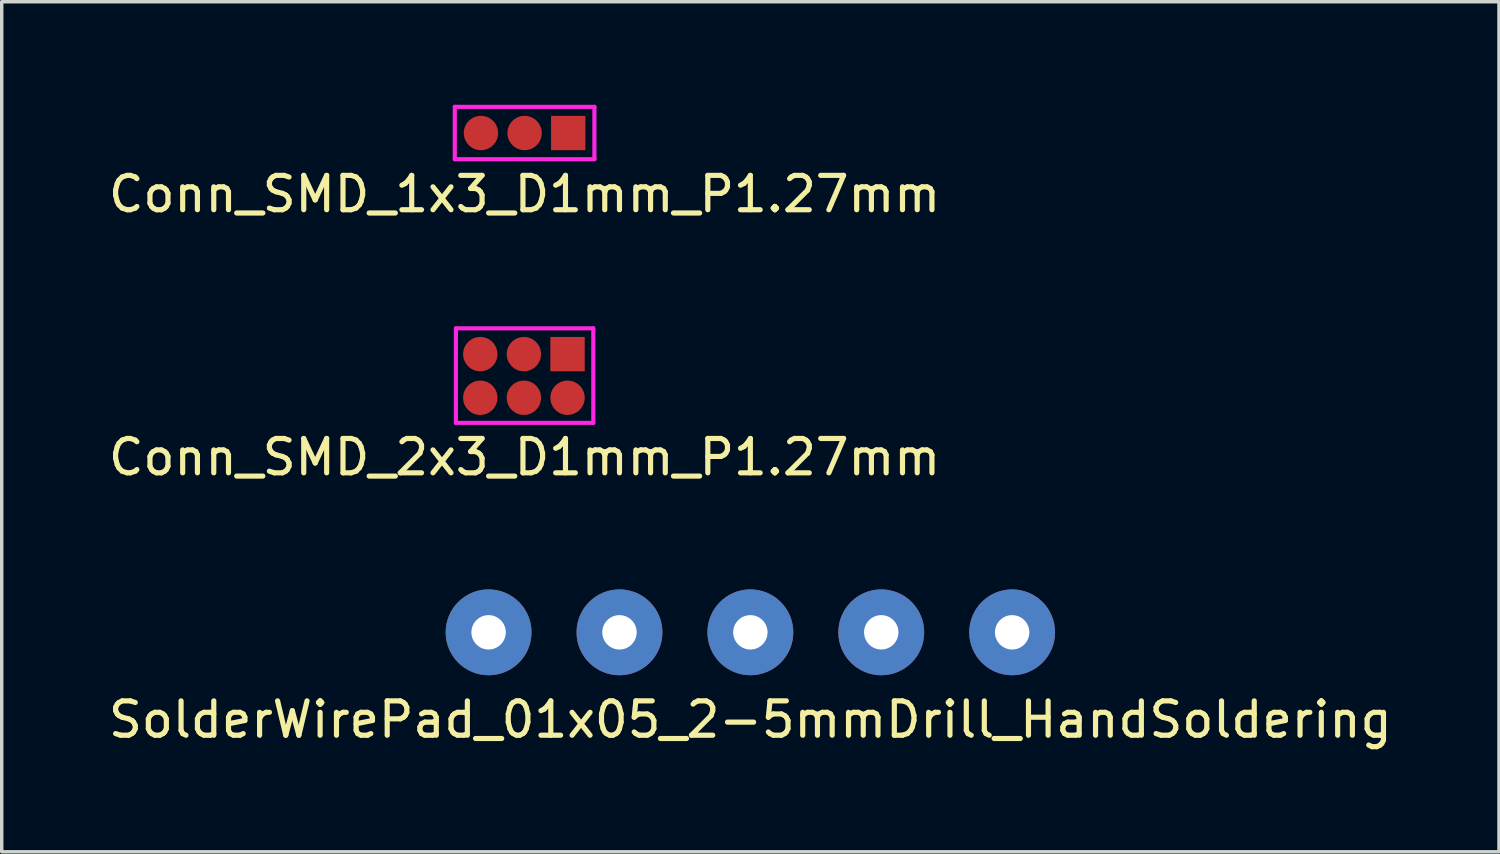
<source format=kicad_pcb>
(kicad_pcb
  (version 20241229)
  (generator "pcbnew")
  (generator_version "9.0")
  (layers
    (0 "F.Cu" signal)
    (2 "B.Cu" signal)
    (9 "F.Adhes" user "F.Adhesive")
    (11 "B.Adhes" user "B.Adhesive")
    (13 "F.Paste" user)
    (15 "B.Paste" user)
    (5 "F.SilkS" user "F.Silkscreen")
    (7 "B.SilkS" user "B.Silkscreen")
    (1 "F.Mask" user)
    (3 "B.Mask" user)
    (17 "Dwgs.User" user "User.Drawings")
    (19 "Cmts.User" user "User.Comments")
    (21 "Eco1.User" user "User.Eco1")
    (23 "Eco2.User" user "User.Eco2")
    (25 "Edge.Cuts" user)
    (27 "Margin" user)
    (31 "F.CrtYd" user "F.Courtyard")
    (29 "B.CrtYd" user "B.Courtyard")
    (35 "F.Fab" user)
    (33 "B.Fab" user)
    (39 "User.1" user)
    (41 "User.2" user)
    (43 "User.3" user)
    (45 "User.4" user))
  (footprint "SolderWirePad_01x05_2-5mmDrill_HandSoldering"
    (layer "F.Cu")
    (at 18.792 15.356)
    (property "Reference" "SolderWirePad_01x05_2-5mmDrill_HandSoldering" (at 0 2.54 0) (layer "F.SilkS") (effects (font (size 1 1) (thickness 0.15))))
    (attr through_hole)
    (pad "1" thru_hole circle (at -7.62 0) (size 2.499 2.499) (drill 1.001) (layers "*.Cu" "*.Mask"))
    (pad "2" thru_hole circle (at -3.81 0) (size 2.499 2.499) (drill 1.001) (layers "*.Cu" "*.Mask"))
    (pad "3" thru_hole circle (at 0 0) (size 2.499 2.499) (drill 1.001) (layers "*.Cu" "*.Mask"))
    (pad "4" thru_hole circle (at 3.81 0) (size 2.499 2.499) (drill 1.001) (layers "*.Cu" "*.Mask"))
    (pad "5" thru_hole circle (at 7.62 0) (size 2.499 2.499) (drill 1.001) (layers "*.Cu" "*.Mask")))
  (footprint "Conn_SMD_1x3_D1mm_P1.27mm"
    (layer "F.Cu")
    (at 12.22 0.822)
    (property "Reference" "Conn_SMD_1x3_D1mm_P1.27mm" (at 0 1.778 0) (layer "F.SilkS") (effects (font (size 1 1) (thickness 0.15))))
    (attr exclude_from_pos_files exclude_from_bom)
    (fp_line (start -2.032 -0.762) (end -2.032 0.762) (stroke (width 0.12) (type solid)) (layer "F.CrtYd"))
    (fp_line (start -2.032 0.762) (end 2.032 0.762) (stroke (width 0.12) (type solid)) (layer "F.CrtYd"))
    (fp_line (start 2.032 -0.762) (end -2.032 -0.762) (stroke (width 0.12) (type solid)) (layer "F.CrtYd"))
    (fp_line (start 2.032 0.762) (end 2.032 -0.762) (stroke (width 0.12) (type solid)) (layer "F.CrtYd"))
    (pad "1" smd rect (at 1.27 0 90) (size 1 1) (layers "F.Cu" "F.Mask" "F.Paste"))
    (pad "2" smd circle (at 0 0) (size 1 1) (layers "F.Cu" "F.Mask" "F.Paste"))
    (pad "3" smd circle (at -1.27 0) (size 1 1) (layers "F.Cu" "F.Mask" "F.Paste")))
  (footprint "Conn_SMD_2x3_D1mm_P1.27mm"
    (layer "F.Cu")
    (at 13.47 7.258)
    (property "Reference" "Conn_SMD_2x3_D1mm_P1.27mm" (at -1.25 3 0) (layer "F.SilkS") (effects (font (size 1 1) (thickness 0.15))))
    (attr through_hole)
    (fp_line (start -3.25 -0.75) (end -3.25 2) (stroke (width 0.12) (type solid)) (layer "F.CrtYd"))
    (fp_line (start -3.25 2) (end 0.75 2) (stroke (width 0.12) (type solid)) (layer "F.CrtYd"))
    (fp_line (start 0.75 -0.75) (end -3.25 -0.75) (stroke (width 0.12) (type solid)) (layer "F.CrtYd"))
    (fp_line (start 0.75 2) (end 0.75 -0.75) (stroke (width 0.12) (type solid)) (layer "F.CrtYd"))
    (pad "1" smd rect (at 0 0) (size 1 1) (layers "F.Cu" "F.Mask" "F.Paste"))
    (pad "2" smd circle (at 0 1.27) (size 1 1) (layers "F.Cu" "F.Mask" "F.Paste"))
    (pad "3" smd circle (at -1.27 0) (size 1 1) (layers "F.Cu" "F.Mask" "F.Paste"))
    (pad "4" smd circle (at -1.27 1.27) (size 1 1) (layers "F.Cu" "F.Mask" "F.Paste"))
    (pad "5" smd circle (at -2.54 0) (size 1 1) (layers "F.Cu" "F.Mask" "F.Paste"))
    (pad "6" smd circle (at -2.54 1.27) (size 1 1) (layers "F.Cu" "F.Mask" "F.Paste")))
  (gr_rect
    (start -3 -3)
    (end 40.583 21.744)
    (stroke (width 0.1) (type default))
    (fill no)
    (layer "Edge.Cuts")))
</source>
